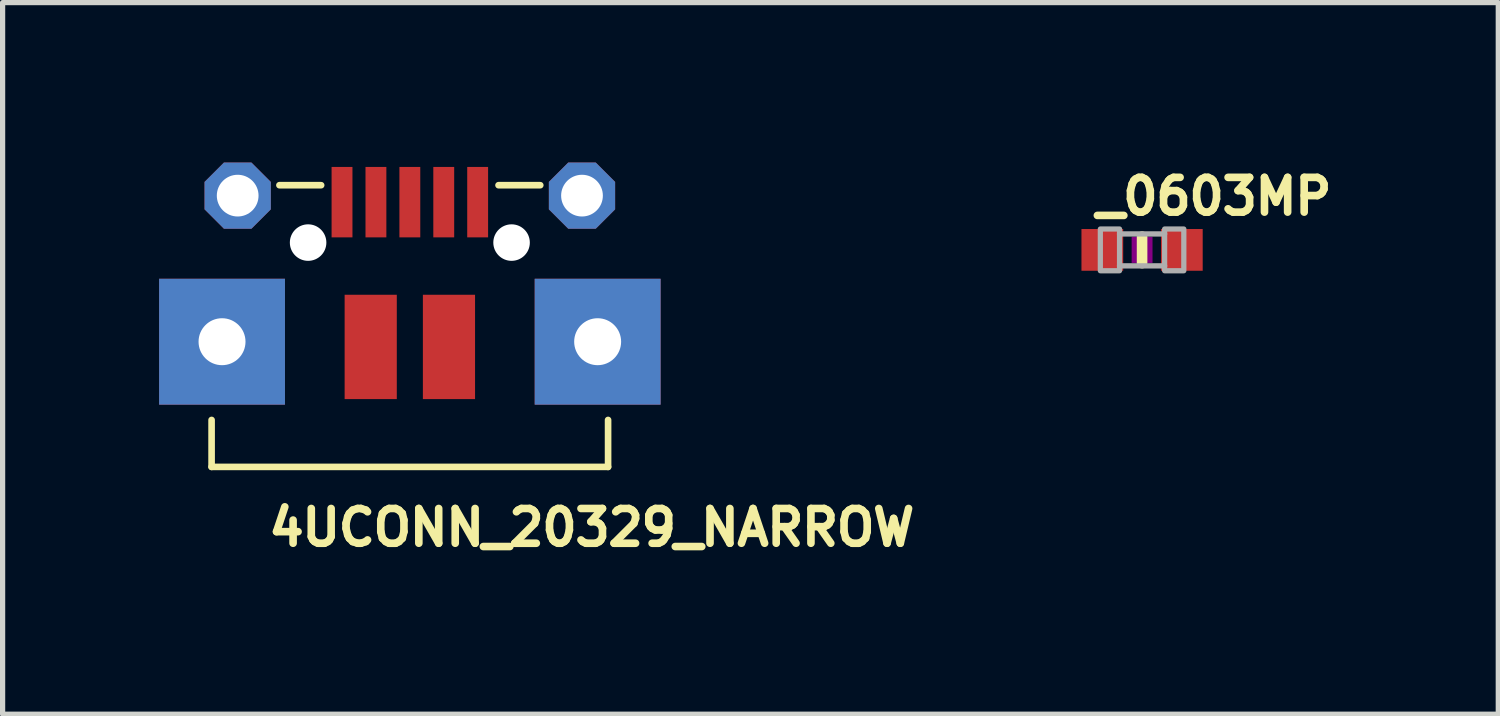
<source format=kicad_pcb>
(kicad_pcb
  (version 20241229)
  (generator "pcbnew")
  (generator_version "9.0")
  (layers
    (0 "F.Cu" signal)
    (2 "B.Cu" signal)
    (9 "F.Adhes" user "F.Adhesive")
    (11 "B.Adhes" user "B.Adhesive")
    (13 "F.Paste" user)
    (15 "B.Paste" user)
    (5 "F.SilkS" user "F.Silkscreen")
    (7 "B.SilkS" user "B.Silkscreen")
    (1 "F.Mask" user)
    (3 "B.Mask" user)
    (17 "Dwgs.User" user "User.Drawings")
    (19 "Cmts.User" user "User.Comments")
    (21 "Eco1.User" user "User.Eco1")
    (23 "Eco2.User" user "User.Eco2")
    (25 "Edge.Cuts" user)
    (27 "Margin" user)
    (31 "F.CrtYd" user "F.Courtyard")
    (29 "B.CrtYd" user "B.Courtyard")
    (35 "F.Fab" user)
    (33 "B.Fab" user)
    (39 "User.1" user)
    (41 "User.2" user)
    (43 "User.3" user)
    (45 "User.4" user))
  (footprint "_0603MP"
    (layer "F.Cu")
    (at 18.842 1.74)
    (property "Reference" "_0603MP" (at -0.953 -0.635 0) (layer "F.SilkS") (effects (font (size 0.666 0.666) (thickness 0.146)) (justify left bottom)))
    (fp_line (start 0 -0.254) (end 0 0.254) (stroke (width 0.203) (type solid)) (layer "F.SilkS"))
    (fp_poly (pts (xy -0.2 0.25) (xy 0.2 0.25) (xy 0.2 -0.25) (xy -0.2 -0.25)) (stroke (width 0) (type default)) (fill yes) (layer "F.Adhes"))
    (fp_line (start -0.432 0.306) (end 0.432 0.306) (stroke (width 0.102) (type solid)) (layer "F.Fab"))
    (fp_line (start 0.432 -0.306) (end -0.432 -0.306) (stroke (width 0.102) (type solid)) (layer "F.Fab"))
    (fp_poly (pts (xy -0.8 0.4) (xy -0.432 0.4) (xy -0.432 -0.4) (xy -0.8 -0.4)) (stroke (width 0.1) (type default)) (fill no) (layer "F.Fab"))
    (fp_poly (pts (xy 0.432 0.4) (xy 0.8 0.4) (xy 0.8 -0.4) (xy 0.432 -0.4)) (stroke (width 0.1) (type default)) (fill no) (layer "F.Fab"))
    (pad "1" smd rect (at -0.762 0) (size 0.8 0.8) (layers "F.Cu" "F.Mask" "F.Paste"))
    (pad "2" smd rect (at 0.762 0) (size 0.8 0.8) (layers "F.Cu" "F.Mask" "F.Paste")))
  (footprint "4UCONN_20329_NARROW"
    (layer "F.Cu")
    (at 4.806 1.6)
    (property "Reference" "4UCONN_20329_NARROW" (at -2.778 5.852 0) (layer "F.SilkS") (effects (font (size 0.666 0.666) (thickness 0.146)) (justify left bottom)))
    (fp_line (start -3.8 3.4) (end -3.8 4.3) (stroke (width 0.127) (type solid)) (layer "F.SilkS"))
    (fp_line (start -3.8 4.3) (end 3.8 4.3) (stroke (width 0.127) (type solid)) (layer "F.SilkS"))
    (fp_line (start -2.5 -1.1) (end -1.7 -1.1) (stroke (width 0.127) (type solid)) (layer "F.SilkS"))
    (fp_line (start 1.7 -1.1) (end 2.5 -1.1) (stroke (width 0.127) (type solid)) (layer "F.SilkS"))
    (fp_line (start 3.8 4.3) (end 3.8 3.4) (stroke (width 0.127) (type solid)) (layer "F.SilkS"))
    (fp_poly (pts (xy -4.801 3.099) (xy -2.388 3.099) (xy -2.388 0.686) (xy -4.801 0.686)) (stroke (width 0) (type default)) (fill yes) (layer "F.Paste"))
    (fp_poly (pts (xy 2.388 3.099) (xy 4.801 3.099) (xy 4.801 0.686) (xy 2.388 0.686)) (stroke (width 0) (type default)) (fill yes) (layer "F.Paste"))
    (fp_poly (pts (xy -2.616 -1.2) (xy -2.616 -0.654) (xy -3.042 -0.229) (xy -3.613 -0.229) (xy -4.013 -0.629) (xy -4.013 -1.2) (xy -3.613 -1.6) (xy -3.016 -1.6)) (stroke (width 0) (type default)) (fill yes) (layer "F.Paste"))
    (fp_poly (pts (xy 4.013 -1.2) (xy 4.013 -0.654) (xy 3.588 -0.229) (xy 3.016 -0.229) (xy 2.616 -0.629) (xy 2.616 -1.2) (xy 3.016 -1.6) (xy 3.613 -1.6)) (stroke (width 0) (type default)) (fill yes) (layer "F.Paste"))
    (pad "" np_thru_hole circle (at -1.95 0) (size 0.7 0.7) (drill 0.7) (layers "*.Cu" "*.Mask"))
    (pad "" np_thru_hole circle (at 1.95 0) (size 0.7 0.7) (drill 0.7) (layers "*.Cu" "*.Mask"))
    (pad "BASE@1" smd rect (at -0.75 2 90) (size 2 1) (layers "F.Cu" "F.Mask" "F.Paste"))
    (pad "BASE@2" smd rect (at 0.75 2 90) (size 2 1) (layers "F.Cu" "F.Mask" "F.Paste"))
    (pad "D+" smd rect (at 0 -0.775) (size 0.4 1.35) (layers "F.Cu" "F.Mask" "F.Paste"))
    (pad "D-" smd rect (at -0.65 -0.775) (size 0.4 1.35) (layers "F.Cu" "F.Mask" "F.Paste"))
    (pad "GND" smd rect (at 1.3 -0.775) (size 0.4 1.35) (layers "F.Cu" "F.Mask" "F.Paste"))
    (pad "ID" smd rect (at 0.65 -0.775) (size 0.4 1.35) (layers "F.Cu" "F.Mask" "F.Paste"))
    (pad "SPRT@1" thru_hole roundrect (at -3.3 -0.9 180) (size 1.27 1.27) (drill 0.8) (layers "*.Cu" "*.Mask") (roundrect_rratio 0.25) (chamfer_ratio 0.293) (chamfer top_left top_right bottom_left bottom_right))
    (pad "SPRT@2" thru_hole roundrect (at 3.3 -0.9) (size 1.27 1.27) (drill 0.8) (layers "*.Cu" "*.Mask") (roundrect_rratio 0.25) (chamfer_ratio 0.293) (chamfer top_left top_right bottom_left bottom_right))
    (pad "SPRT@3" thru_hole rect (at -3.6 1.9 90) (size 2.413 2.413) (drill 0.9) (layers "*.Cu" "*.Mask"))
    (pad "SPRT@4" thru_hole rect (at 3.6 1.9 90) (size 2.413 2.413) (drill 0.9) (layers "*.Cu" "*.Mask"))
    (pad "VBUS" smd rect (at -1.3 -0.775) (size 0.4 1.35) (layers "F.Cu" "F.Mask" "F.Paste")))
  (gr_rect
    (start -3 -3)
    (end 25.67 10.64)
    (stroke (width 0.1) (type default))
    (fill no)
    (layer "Edge.Cuts")))
</source>
